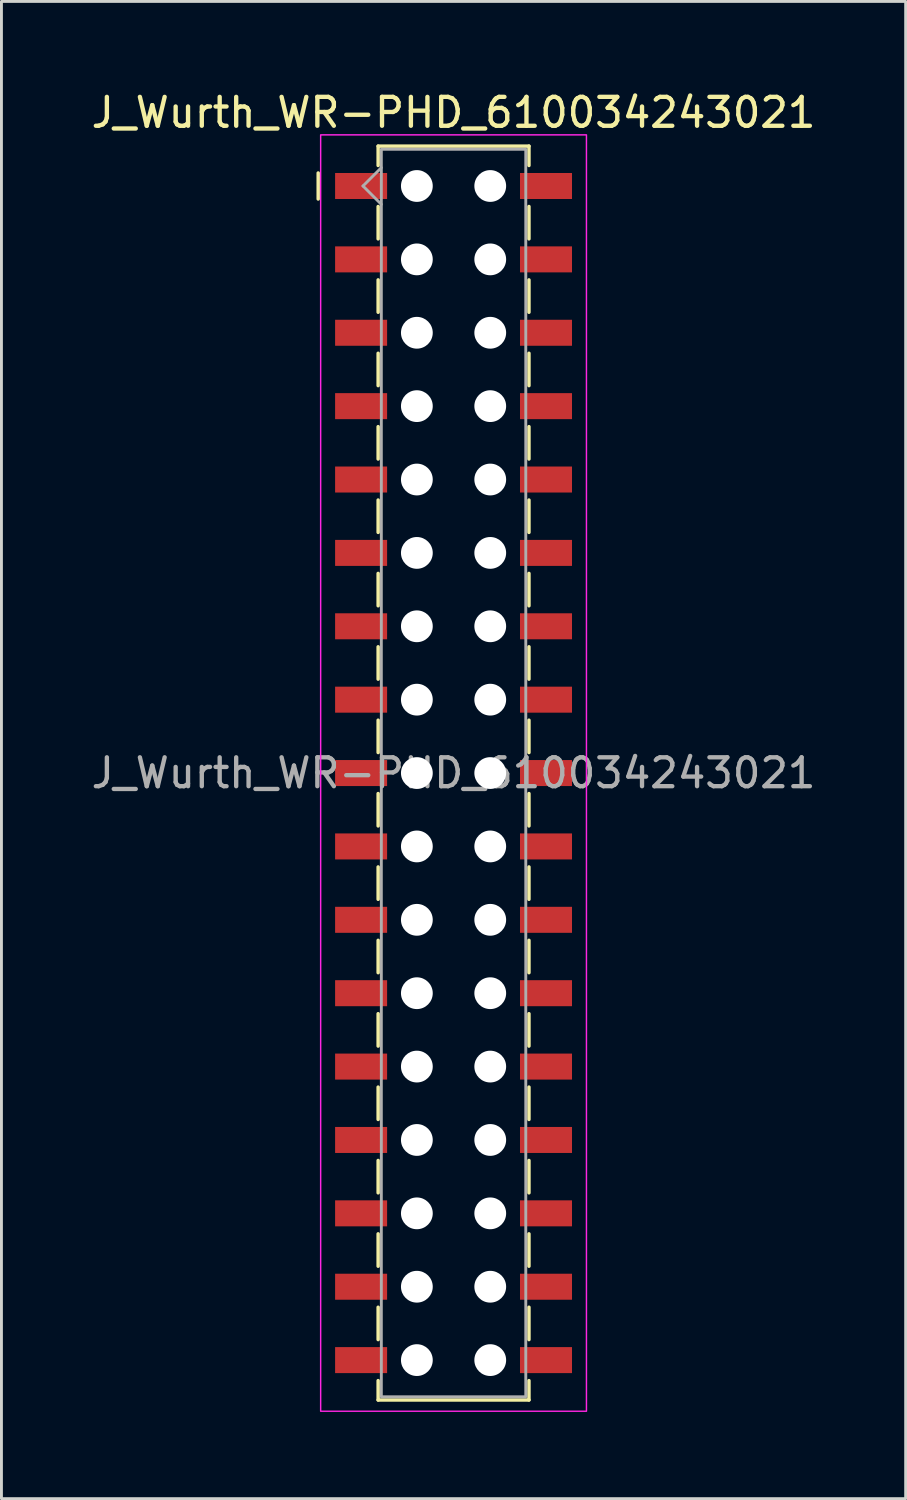
<source format=kicad_pcb>
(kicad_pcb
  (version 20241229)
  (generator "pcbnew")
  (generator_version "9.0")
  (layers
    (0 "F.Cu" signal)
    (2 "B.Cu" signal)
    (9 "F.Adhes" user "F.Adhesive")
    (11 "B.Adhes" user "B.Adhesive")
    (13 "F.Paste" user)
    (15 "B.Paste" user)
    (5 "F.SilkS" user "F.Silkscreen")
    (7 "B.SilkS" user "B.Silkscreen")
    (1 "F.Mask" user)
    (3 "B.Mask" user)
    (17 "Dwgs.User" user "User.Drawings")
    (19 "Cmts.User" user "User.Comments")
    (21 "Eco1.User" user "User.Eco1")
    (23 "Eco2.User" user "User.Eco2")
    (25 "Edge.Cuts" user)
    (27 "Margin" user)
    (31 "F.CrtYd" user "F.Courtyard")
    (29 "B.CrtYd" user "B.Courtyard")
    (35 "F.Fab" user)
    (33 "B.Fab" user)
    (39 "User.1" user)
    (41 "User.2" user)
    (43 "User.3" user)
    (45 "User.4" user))
  (footprint "J_Wurth_WR-PHD_610034243021"
    (layer "F.Cu")
    (at 12.649 23.708)
    (property "Reference" "J_Wurth_WR-PHD_610034243021" (at 0 -22.86 0) (unlocked yes) (layer "F.SilkS") (effects (font (size 1 1) (thickness 0.15))))
    (attr smd)
    (fp_line (start -4.685 -20.77) (end -4.685 -19.87) (stroke (width 0.12) (type solid)) (layer "F.SilkS"))
    (fp_line (start -2.61 -21.7) (end -2.61 -21.03) (stroke (width 0.12) (type solid)) (layer "F.SilkS"))
    (fp_line (start -2.61 -19.61) (end -2.61 -18.49) (stroke (width 0.12) (type solid)) (layer "F.SilkS"))
    (fp_line (start -2.61 -17.07) (end -2.61 -15.95) (stroke (width 0.12) (type solid)) (layer "F.SilkS"))
    (fp_line (start -2.61 -14.53) (end -2.61 -13.41) (stroke (width 0.12) (type solid)) (layer "F.SilkS"))
    (fp_line (start -2.61 -11.99) (end -2.61 -10.87) (stroke (width 0.12) (type solid)) (layer "F.SilkS"))
    (fp_line (start -2.61 -9.45) (end -2.61 -8.33) (stroke (width 0.12) (type solid)) (layer "F.SilkS"))
    (fp_line (start -2.61 -6.91) (end -2.61 -5.79) (stroke (width 0.12) (type solid)) (layer "F.SilkS"))
    (fp_line (start -2.61 -4.37) (end -2.61 -3.25) (stroke (width 0.12) (type solid)) (layer "F.SilkS"))
    (fp_line (start -2.61 -1.83) (end -2.61 -0.71) (stroke (width 0.12) (type solid)) (layer "F.SilkS"))
    (fp_line (start -2.61 0.71) (end -2.61 1.83) (stroke (width 0.12) (type solid)) (layer "F.SilkS"))
    (fp_line (start -2.61 3.25) (end -2.61 4.37) (stroke (width 0.12) (type solid)) (layer "F.SilkS"))
    (fp_line (start -2.61 5.79) (end -2.61 6.91) (stroke (width 0.12) (type solid)) (layer "F.SilkS"))
    (fp_line (start -2.61 8.33) (end -2.61 9.45) (stroke (width 0.12) (type solid)) (layer "F.SilkS"))
    (fp_line (start -2.61 10.87) (end -2.61 11.99) (stroke (width 0.12) (type solid)) (layer "F.SilkS"))
    (fp_line (start -2.61 13.41) (end -2.61 14.53) (stroke (width 0.12) (type solid)) (layer "F.SilkS"))
    (fp_line (start -2.61 15.95) (end -2.61 17.07) (stroke (width 0.12) (type solid)) (layer "F.SilkS"))
    (fp_line (start -2.61 18.49) (end -2.61 19.61) (stroke (width 0.12) (type solid)) (layer "F.SilkS"))
    (fp_line (start -2.61 21.03) (end -2.61 21.7) (stroke (width 0.12) (type solid)) (layer "F.SilkS"))
    (fp_line (start 2.61 -21.7) (end -2.61 -21.7) (stroke (width 0.12) (type solid)) (layer "F.SilkS"))
    (fp_line (start 2.61 -21.7) (end 2.61 -21.03) (stroke (width 0.12) (type solid)) (layer "F.SilkS"))
    (fp_line (start 2.61 -19.61) (end 2.61 -18.49) (stroke (width 0.12) (type solid)) (layer "F.SilkS"))
    (fp_line (start 2.61 -17.07) (end 2.61 -15.95) (stroke (width 0.12) (type solid)) (layer "F.SilkS"))
    (fp_line (start 2.61 -14.53) (end 2.61 -13.41) (stroke (width 0.12) (type solid)) (layer "F.SilkS"))
    (fp_line (start 2.61 -11.99) (end 2.61 -10.87) (stroke (width 0.12) (type solid)) (layer "F.SilkS"))
    (fp_line (start 2.61 -9.45) (end 2.61 -8.33) (stroke (width 0.12) (type solid)) (layer "F.SilkS"))
    (fp_line (start 2.61 -6.91) (end 2.61 -5.79) (stroke (width 0.12) (type solid)) (layer "F.SilkS"))
    (fp_line (start 2.61 -4.37) (end 2.61 -3.25) (stroke (width 0.12) (type solid)) (layer "F.SilkS"))
    (fp_line (start 2.61 -1.83) (end 2.61 -0.71) (stroke (width 0.12) (type solid)) (layer "F.SilkS"))
    (fp_line (start 2.61 0.71) (end 2.61 1.83) (stroke (width 0.12) (type solid)) (layer "F.SilkS"))
    (fp_line (start 2.61 3.25) (end 2.61 4.37) (stroke (width 0.12) (type solid)) (layer "F.SilkS"))
    (fp_line (start 2.61 5.79) (end 2.61 6.91) (stroke (width 0.12) (type solid)) (layer "F.SilkS"))
    (fp_line (start 2.61 8.33) (end 2.61 9.45) (stroke (width 0.12) (type solid)) (layer "F.SilkS"))
    (fp_line (start 2.61 10.87) (end 2.61 11.99) (stroke (width 0.12) (type solid)) (layer "F.SilkS"))
    (fp_line (start 2.61 13.41) (end 2.61 14.53) (stroke (width 0.12) (type solid)) (layer "F.SilkS"))
    (fp_line (start 2.61 15.95) (end 2.61 17.07) (stroke (width 0.12) (type solid)) (layer "F.SilkS"))
    (fp_line (start 2.61 18.49) (end 2.61 19.61) (stroke (width 0.12) (type solid)) (layer "F.SilkS"))
    (fp_line (start 2.61 21.03) (end 2.61 21.7) (stroke (width 0.12) (type solid)) (layer "F.SilkS"))
    (fp_line (start 2.61 21.7) (end -2.61 21.7) (stroke (width 0.12) (type solid)) (layer "F.SilkS"))
    (fp_rect (start -4.6 -22.09) (end 4.6 22.09) (stroke (width 0.05) (type solid)) (fill no) (layer "F.CrtYd"))
    (fp_line (start -3.135 -20.32) (end -2.5 -20.955) (stroke (width 0.1) (type default)) (layer "F.Fab"))
    (fp_line (start -2.5 -19.685) (end -3.135 -20.32) (stroke (width 0.1) (type default)) (layer "F.Fab"))
    (fp_rect (start -2.5 -21.59) (end 2.5 21.59) (stroke (width 0.1) (type solid)) (fill no) (layer "F.Fab"))
    (fp_text user "${REFERENCE}" (at 0 0 0) (unlocked yes) (layer "F.Fab") (effects (font (size 1 1) (thickness 0.15))))
    (pad "" np_thru_hole circle (at -1.27 -20.32 270) (size 1.1 1.1) (drill 1.1) (layers "*.Cu" "*.Mask"))
    (pad "" np_thru_hole circle (at -1.27 -17.78 270) (size 1.1 1.1) (drill 1.1) (layers "*.Cu" "*.Mask"))
    (pad "" np_thru_hole circle (at -1.27 -15.24 270) (size 1.1 1.1) (drill 1.1) (layers "*.Cu" "*.Mask"))
    (pad "" np_thru_hole circle (at -1.27 -12.7 270) (size 1.1 1.1) (drill 1.1) (layers "*.Cu" "*.Mask"))
    (pad "" np_thru_hole circle (at -1.27 -10.16 270) (size 1.1 1.1) (drill 1.1) (layers "*.Cu" "*.Mask"))
    (pad "" np_thru_hole circle (at -1.27 -7.62 270) (size 1.1 1.1) (drill 1.1) (layers "*.Cu" "*.Mask"))
    (pad "" np_thru_hole circle (at -1.27 -5.08 270) (size 1.1 1.1) (drill 1.1) (layers "*.Cu" "*.Mask"))
    (pad "" np_thru_hole circle (at -1.27 -2.54 270) (size 1.1 1.1) (drill 1.1) (layers "*.Cu" "*.Mask"))
    (pad "" np_thru_hole circle (at -1.27 0 270) (size 1.1 1.1) (drill 1.1) (layers "*.Cu" "*.Mask"))
    (pad "" np_thru_hole circle (at -1.27 2.54 270) (size 1.1 1.1) (drill 1.1) (layers "*.Cu" "*.Mask"))
    (pad "" np_thru_hole circle (at -1.27 5.08 270) (size 1.1 1.1) (drill 1.1) (layers "*.Cu" "*.Mask"))
    (pad "" np_thru_hole circle (at -1.27 7.62 270) (size 1.1 1.1) (drill 1.1) (layers "*.Cu" "*.Mask"))
    (pad "" np_thru_hole circle (at -1.27 10.16 270) (size 1.1 1.1) (drill 1.1) (layers "*.Cu" "*.Mask"))
    (pad "" np_thru_hole circle (at -1.27 12.7 270) (size 1.1 1.1) (drill 1.1) (layers "*.Cu" "*.Mask"))
    (pad "" np_thru_hole circle (at -1.27 15.24 270) (size 1.1 1.1) (drill 1.1) (layers "*.Cu" "*.Mask"))
    (pad "" np_thru_hole circle (at -1.27 17.78 270) (size 1.1 1.1) (drill 1.1) (layers "*.Cu" "*.Mask"))
    (pad "" np_thru_hole circle (at -1.27 20.32 270) (size 1.1 1.1) (drill 1.1) (layers "*.Cu" "*.Mask"))
    (pad "" np_thru_hole circle (at 1.27 -20.32 270) (size 1.1 1.1) (drill 1.1) (layers "*.Cu" "*.Mask"))
    (pad "" np_thru_hole circle (at 1.27 -17.78 270) (size 1.1 1.1) (drill 1.1) (layers "*.Cu" "*.Mask"))
    (pad "" np_thru_hole circle (at 1.27 -15.24 270) (size 1.1 1.1) (drill 1.1) (layers "*.Cu" "*.Mask"))
    (pad "" np_thru_hole circle (at 1.27 -12.7 270) (size 1.1 1.1) (drill 1.1) (layers "*.Cu" "*.Mask"))
    (pad "" np_thru_hole circle (at 1.27 -10.16 270) (size 1.1 1.1) (drill 1.1) (layers "*.Cu" "*.Mask"))
    (pad "" np_thru_hole circle (at 1.27 -7.62 270) (size 1.1 1.1) (drill 1.1) (layers "*.Cu" "*.Mask"))
    (pad "" np_thru_hole circle (at 1.27 -5.08 270) (size 1.1 1.1) (drill 1.1) (layers "*.Cu" "*.Mask"))
    (pad "" np_thru_hole circle (at 1.27 -2.54 270) (size 1.1 1.1) (drill 1.1) (layers "*.Cu" "*.Mask"))
    (pad "" np_thru_hole circle (at 1.27 0 270) (size 1.1 1.1) (drill 1.1) (layers "*.Cu" "*.Mask"))
    (pad "" np_thru_hole circle (at 1.27 2.54 270) (size 1.1 1.1) (drill 1.1) (layers "*.Cu" "*.Mask"))
    (pad "" np_thru_hole circle (at 1.27 5.08 270) (size 1.1 1.1) (drill 1.1) (layers "*.Cu" "*.Mask"))
    (pad "" np_thru_hole circle (at 1.27 7.62 270) (size 1.1 1.1) (drill 1.1) (layers "*.Cu" "*.Mask"))
    (pad "" np_thru_hole circle (at 1.27 10.16 270) (size 1.1 1.1) (drill 1.1) (layers "*.Cu" "*.Mask"))
    (pad "" np_thru_hole circle (at 1.27 12.7 270) (size 1.1 1.1) (drill 1.1) (layers "*.Cu" "*.Mask"))
    (pad "" np_thru_hole circle (at 1.27 15.24 270) (size 1.1 1.1) (drill 1.1) (layers "*.Cu" "*.Mask"))
    (pad "" np_thru_hole circle (at 1.27 17.78 270) (size 1.1 1.1) (drill 1.1) (layers "*.Cu" "*.Mask"))
    (pad "" np_thru_hole circle (at 1.27 20.32 270) (size 1.1 1.1) (drill 1.1) (layers "*.Cu" "*.Mask"))
    (pad "1" smd rect (at -3.2 -20.32 270) (size 0.9 1.8) (layers "F.Cu" "F.Mask" "F.Paste"))
    (pad "2" smd rect (at 3.2 -20.32 270) (size 0.9 1.8) (layers "F.Cu" "F.Mask" "F.Paste"))
    (pad "3" smd rect (at -3.2 -17.78 270) (size 0.9 1.8) (layers "F.Cu" "F.Mask" "F.Paste"))
    (pad "4" smd rect (at 3.2 -17.78 270) (size 0.9 1.8) (layers "F.Cu" "F.Mask" "F.Paste"))
    (pad "5" smd rect (at -3.2 -15.24 270) (size 0.9 1.8) (layers "F.Cu" "F.Mask" "F.Paste"))
    (pad "6" smd rect (at 3.2 -15.24 270) (size 0.9 1.8) (layers "F.Cu" "F.Mask" "F.Paste"))
    (pad "7" smd rect (at -3.2 -12.7 270) (size 0.9 1.8) (layers "F.Cu" "F.Mask" "F.Paste"))
    (pad "8" smd rect (at 3.2 -12.7 270) (size 0.9 1.8) (layers "F.Cu" "F.Mask" "F.Paste"))
    (pad "9" smd rect (at -3.2 -10.16 270) (size 0.9 1.8) (layers "F.Cu" "F.Mask" "F.Paste"))
    (pad "10" smd rect (at 3.2 -10.16 270) (size 0.9 1.8) (layers "F.Cu" "F.Mask" "F.Paste"))
    (pad "11" smd rect (at -3.2 -7.62 270) (size 0.9 1.8) (layers "F.Cu" "F.Mask" "F.Paste"))
    (pad "12" smd rect (at 3.2 -7.62 270) (size 0.9 1.8) (layers "F.Cu" "F.Mask" "F.Paste"))
    (pad "13" smd rect (at -3.2 -5.08 270) (size 0.9 1.8) (layers "F.Cu" "F.Mask" "F.Paste"))
    (pad "14" smd rect (at 3.2 -5.08 270) (size 0.9 1.8) (layers "F.Cu" "F.Mask" "F.Paste"))
    (pad "15" smd rect (at -3.2 -2.54 270) (size 0.9 1.8) (layers "F.Cu" "F.Mask" "F.Paste"))
    (pad "16" smd rect (at 3.2 -2.54 270) (size 0.9 1.8) (layers "F.Cu" "F.Mask" "F.Paste"))
    (pad "17" smd rect (at -3.2 0 270) (size 0.9 1.8) (layers "F.Cu" "F.Mask" "F.Paste"))
    (pad "18" smd rect (at 3.2 0 270) (size 0.9 1.8) (layers "F.Cu" "F.Mask" "F.Paste"))
    (pad "19" smd rect (at -3.2 2.54 270) (size 0.9 1.8) (layers "F.Cu" "F.Mask" "F.Paste"))
    (pad "20" smd rect (at 3.2 2.54 270) (size 0.9 1.8) (layers "F.Cu" "F.Mask" "F.Paste"))
    (pad "21" smd rect (at -3.2 5.08 270) (size 0.9 1.8) (layers "F.Cu" "F.Mask" "F.Paste"))
    (pad "22" smd rect (at 3.2 5.08 270) (size 0.9 1.8) (layers "F.Cu" "F.Mask" "F.Paste"))
    (pad "23" smd rect (at -3.2 7.62 270) (size 0.9 1.8) (layers "F.Cu" "F.Mask" "F.Paste"))
    (pad "24" smd rect (at 3.2 7.62 270) (size 0.9 1.8) (layers "F.Cu" "F.Mask" "F.Paste"))
    (pad "25" smd rect (at -3.2 10.16 270) (size 0.9 1.8) (layers "F.Cu" "F.Mask" "F.Paste"))
    (pad "26" smd rect (at 3.2 10.16 270) (size 0.9 1.8) (layers "F.Cu" "F.Mask" "F.Paste"))
    (pad "27" smd rect (at -3.2 12.7 270) (size 0.9 1.8) (layers "F.Cu" "F.Mask" "F.Paste"))
    (pad "28" smd rect (at 3.2 12.7 270) (size 0.9 1.8) (layers "F.Cu" "F.Mask" "F.Paste"))
    (pad "29" smd rect (at -3.2 15.24 270) (size 0.9 1.8) (layers "F.Cu" "F.Mask" "F.Paste"))
    (pad "30" smd rect (at 3.2 15.24 270) (size 0.9 1.8) (layers "F.Cu" "F.Mask" "F.Paste"))
    (pad "31" smd rect (at -3.2 17.78 270) (size 0.9 1.8) (layers "F.Cu" "F.Mask" "F.Paste"))
    (pad "32" smd rect (at 3.2 17.78 270) (size 0.9 1.8) (layers "F.Cu" "F.Mask" "F.Paste"))
    (pad "33" smd rect (at -3.2 20.32 270) (size 0.9 1.8) (layers "F.Cu" "F.Mask" "F.Paste"))
    (pad "34" smd rect (at 3.2 20.32 270) (size 0.9 1.8) (layers "F.Cu" "F.Mask" "F.Paste")))
  (gr_rect
    (start -3 -3)
    (end 28.298 48.823)
    (stroke (width 0.1) (type default))
    (fill no)
    (layer "Edge.Cuts")))
</source>
